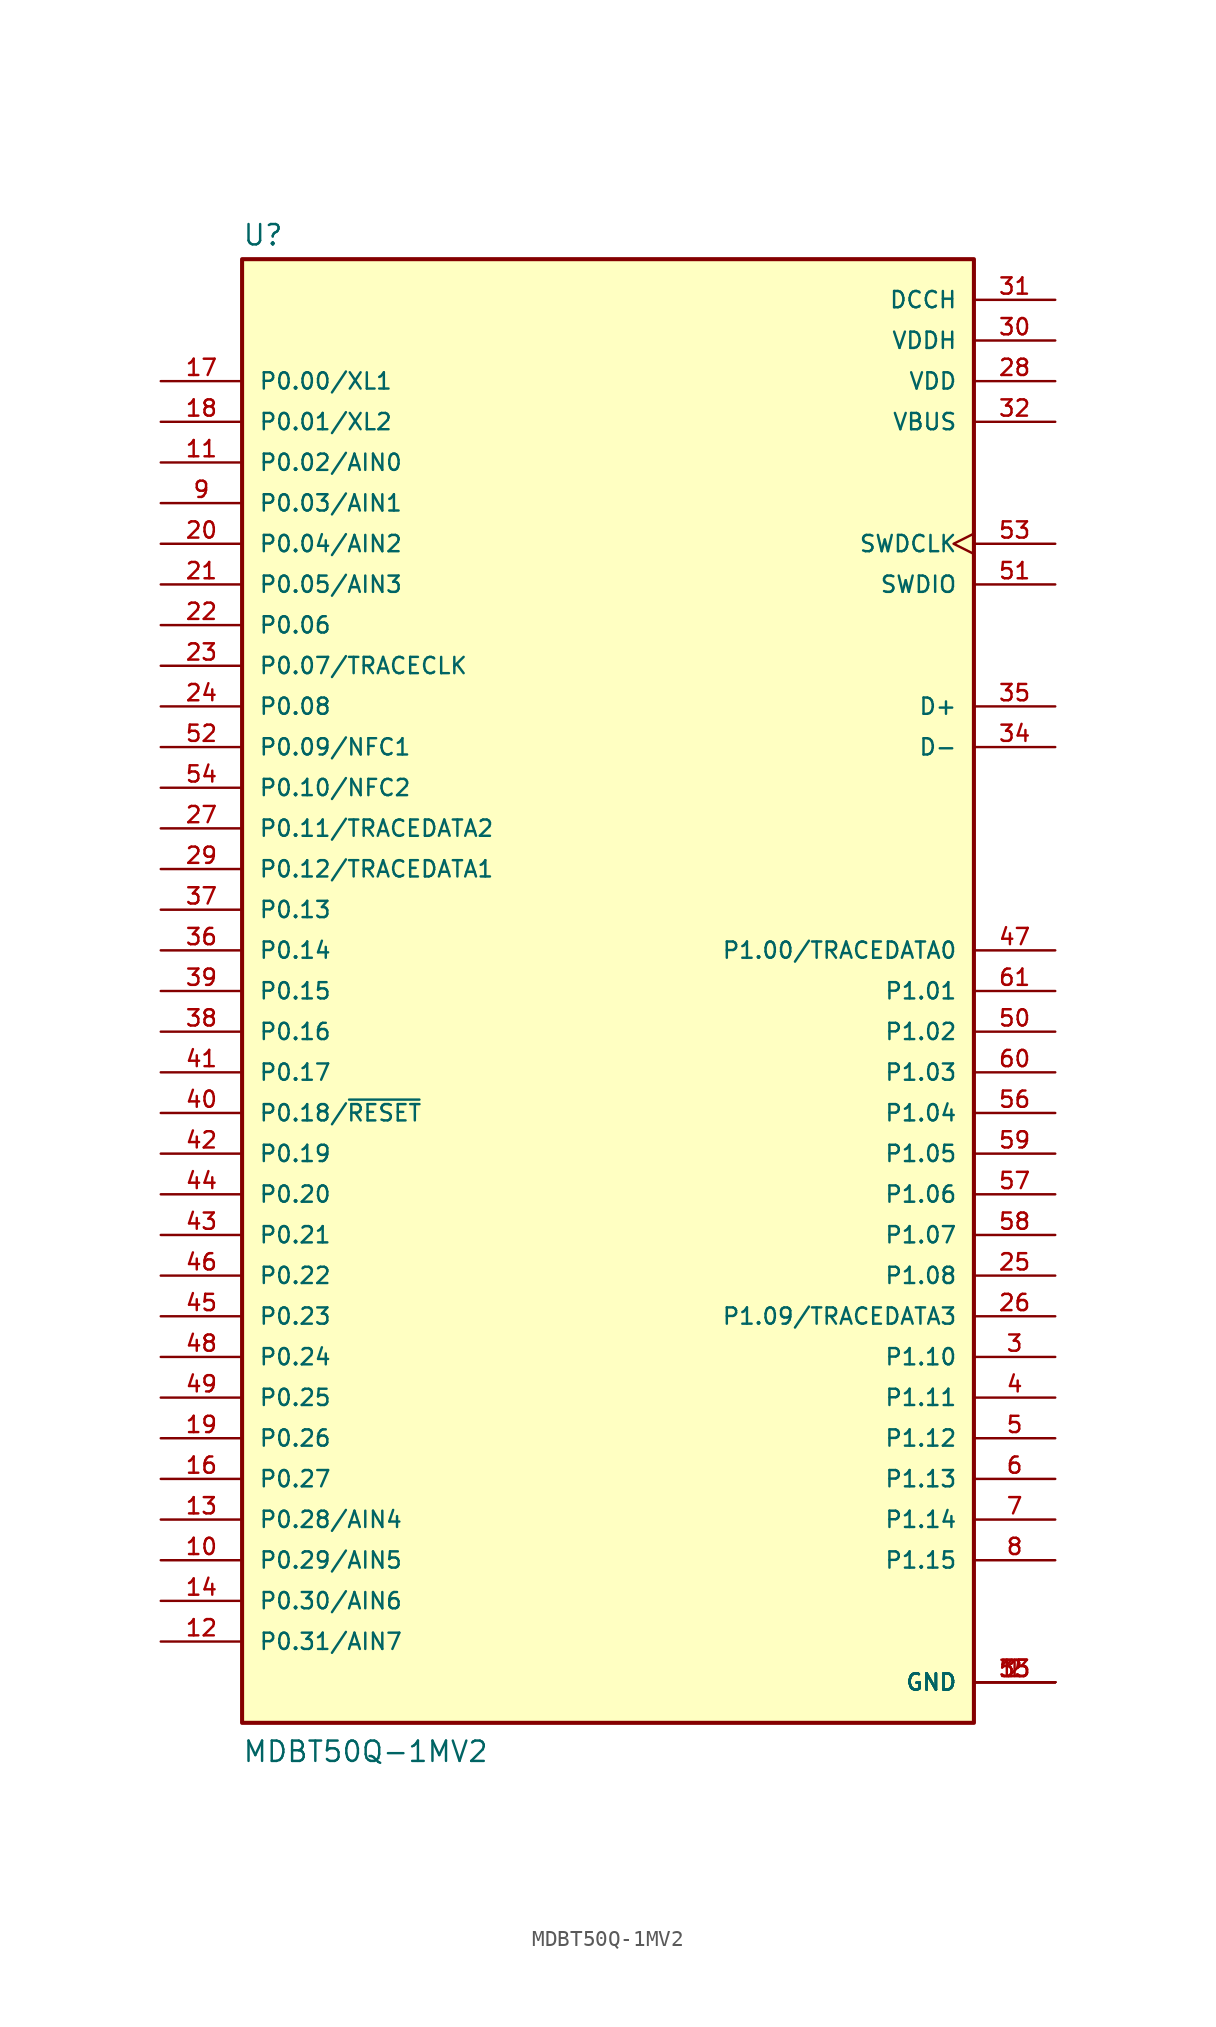
<source format=kicad_sym>
(kicad_symbol_lib
  (version 20231120)
  (generator "kicad_symbol_editor")
  (generator_version "8.0")
  (symbol "MDBT50Q-1MV2"
    (pin_names
      (offset 1.016))
    (property "Reference" "U"
      (at -22.86 46.482 0)
      (effects (font (size 1.27 1.27)) (justify left bottom)))
    (property "Value" "MDBT50Q-1MV2"
      (at -22.86 -48.26 0)
      (effects (font (size 1.27 1.27)) (justify left bottom)))
    (symbol "MDBT50Q-1MV2_0_0"
      (rectangle (start -22.86 -45.72) (end 22.86 45.72) (stroke (width 0.254) (type default)) (fill (type background)))
      (pin power_in line (at 27.94 -43.18 180) (length 5.08) (name "GND" (effects (font (size 1.016 1.016)))) (number "1" (effects (font (size 1.016 1.016)))))
      (pin bidirectional line (at -27.94 -35.56 0) (length 5.08) (name "P0.29/AIN5" (effects (font (size 1.016 1.016)))) (number "10" (effects (font (size 1.016 1.016)))))
      (pin bidirectional line (at -27.94 33.02 0) (length 5.08) (name "P0.02/AIN0" (effects (font (size 1.016 1.016)))) (number "11" (effects (font (size 1.016 1.016)))))
      (pin bidirectional line (at -27.94 -40.64 0) (length 5.08) (name "P0.31/AIN7" (effects (font (size 1.016 1.016)))) (number "12" (effects (font (size 1.016 1.016)))))
      (pin bidirectional line (at -27.94 -33.02 0) (length 5.08) (name "P0.28/AIN4" (effects (font (size 1.016 1.016)))) (number "13" (effects (font (size 1.016 1.016)))))
      (pin bidirectional line (at -27.94 -38.1 0) (length 5.08) (name "P0.30/AIN6" (effects (font (size 1.016 1.016)))) (number "14" (effects (font (size 1.016 1.016)))))
      (pin power_in line (at 27.94 -43.18 180) (length 5.08) (name "GND" (effects (font (size 1.016 1.016)))) (number "15" (effects (font (size 1.016 1.016)))))
      (pin bidirectional line (at -27.94 -30.48 0) (length 5.08) (name "P0.27" (effects (font (size 1.016 1.016)))) (number "16" (effects (font (size 1.016 1.016)))))
      (pin bidirectional line (at -27.94 38.1 0) (length 5.08) (name "P0.00/XL1" (effects (font (size 1.016 1.016)))) (number "17" (effects (font (size 1.016 1.016)))))
      (pin bidirectional line (at -27.94 35.56 0) (length 5.08) (name "P0.01/XL2" (effects (font (size 1.016 1.016)))) (number "18" (effects (font (size 1.016 1.016)))))
      (pin bidirectional line (at -27.94 -27.94 0) (length 5.08) (name "P0.26" (effects (font (size 1.016 1.016)))) (number "19" (effects (font (size 1.016 1.016)))))
      (pin power_in line (at 27.94 -43.18 180) (length 5.08) (name "GND" (effects (font (size 1.016 1.016)))) (number "2" (effects (font (size 1.016 1.016)))))
      (pin bidirectional line (at -27.94 27.94 0) (length 5.08) (name "P0.04/AIN2" (effects (font (size 1.016 1.016)))) (number "20" (effects (font (size 1.016 1.016)))))
      (pin bidirectional line (at -27.94 25.4 0) (length 5.08) (name "P0.05/AIN3" (effects (font (size 1.016 1.016)))) (number "21" (effects (font (size 1.016 1.016)))))
      (pin bidirectional line (at -27.94 22.86 0) (length 5.08) (name "P0.06" (effects (font (size 1.016 1.016)))) (number "22" (effects (font (size 1.016 1.016)))))
      (pin bidirectional line (at -27.94 20.32 0) (length 5.08) (name "P0.07/TRACECLK" (effects (font (size 1.016 1.016)))) (number "23" (effects (font (size 1.016 1.016)))))
      (pin bidirectional line (at -27.94 17.78 0) (length 5.08) (name "P0.08" (effects (font (size 1.016 1.016)))) (number "24" (effects (font (size 1.016 1.016)))))
      (pin bidirectional line (at 27.94 -17.78 180) (length 5.08) (name "P1.08" (effects (font (size 1.016 1.016)))) (number "25" (effects (font (size 1.016 1.016)))))
      (pin bidirectional line (at 27.94 -20.32 180) (length 5.08) (name "P1.09/TRACEDATA3" (effects (font (size 1.016 1.016)))) (number "26" (effects (font (size 1.016 1.016)))))
      (pin bidirectional line (at -27.94 10.16 0) (length 5.08) (name "P0.11/TRACEDATA2" (effects (font (size 1.016 1.016)))) (number "27" (effects (font (size 1.016 1.016)))))
      (pin power_in line (at 27.94 38.1 180) (length 5.08) (name "VDD" (effects (font (size 1.016 1.016)))) (number "28" (effects (font (size 1.016 1.016)))))
      (pin bidirectional line (at -27.94 7.62 0) (length 5.08) (name "P0.12/TRACEDATA1" (effects (font (size 1.016 1.016)))) (number "29" (effects (font (size 1.016 1.016)))))
      (pin bidirectional line (at 27.94 -22.86 180) (length 5.08) (name "P1.10" (effects (font (size 1.016 1.016)))) (number "3" (effects (font (size 1.016 1.016)))))
      (pin power_in line (at 27.94 40.64 180) (length 5.08) (name "VDDH" (effects (font (size 1.016 1.016)))) (number "30" (effects (font (size 1.016 1.016)))))
      (pin power_in line (at 27.94 43.18 180) (length 5.08) (name "DCCH" (effects (font (size 1.016 1.016)))) (number "31" (effects (font (size 1.016 1.016)))))
      (pin power_in line (at 27.94 35.56 180) (length 5.08) (name "VBUS" (effects (font (size 1.016 1.016)))) (number "32" (effects (font (size 1.016 1.016)))))
      (pin power_in line (at 27.94 -43.18 180) (length 5.08) (name "GND" (effects (font (size 1.016 1.016)))) (number "33" (effects (font (size 1.016 1.016)))))
      (pin bidirectional line (at 27.94 15.24 180) (length 5.08) (name "D-" (effects (font (size 1.016 1.016)))) (number "34" (effects (font (size 1.016 1.016)))))
      (pin bidirectional line (at 27.94 17.78 180) (length 5.08) (name "D+" (effects (font (size 1.016 1.016)))) (number "35" (effects (font (size 1.016 1.016)))))
      (pin bidirectional line (at -27.94 2.54 0) (length 5.08) (name "P0.14" (effects (font (size 1.016 1.016)))) (number "36" (effects (font (size 1.016 1.016)))))
      (pin bidirectional line (at -27.94 5.08 0) (length 5.08) (name "P0.13" (effects (font (size 1.016 1.016)))) (number "37" (effects (font (size 1.016 1.016)))))
      (pin bidirectional line (at -27.94 -2.54 0) (length 5.08) (name "P0.16" (effects (font (size 1.016 1.016)))) (number "38" (effects (font (size 1.016 1.016)))))
      (pin bidirectional line (at -27.94 0 0) (length 5.08) (name "P0.15" (effects (font (size 1.016 1.016)))) (number "39" (effects (font (size 1.016 1.016)))))
      (pin bidirectional line (at 27.94 -25.4 180) (length 5.08) (name "P1.11" (effects (font (size 1.016 1.016)))) (number "4" (effects (font (size 1.016 1.016)))))
      (pin bidirectional line (at -27.94 -7.62 0) (length 5.08) (name "P0.18/~{RESET}" (effects (font (size 1.016 1.016)))) (number "40" (effects (font (size 1.016 1.016)))))
      (pin bidirectional line (at -27.94 -5.08 0) (length 5.08) (name "P0.17" (effects (font (size 1.016 1.016)))) (number "41" (effects (font (size 1.016 1.016)))))
      (pin bidirectional line (at -27.94 -10.16 0) (length 5.08) (name "P0.19" (effects (font (size 1.016 1.016)))) (number "42" (effects (font (size 1.016 1.016)))))
      (pin bidirectional line (at -27.94 -15.24 0) (length 5.08) (name "P0.21" (effects (font (size 1.016 1.016)))) (number "43" (effects (font (size 1.016 1.016)))))
      (pin bidirectional line (at -27.94 -12.7 0) (length 5.08) (name "P0.20" (effects (font (size 1.016 1.016)))) (number "44" (effects (font (size 1.016 1.016)))))
      (pin bidirectional line (at -27.94 -20.32 0) (length 5.08) (name "P0.23" (effects (font (size 1.016 1.016)))) (number "45" (effects (font (size 1.016 1.016)))))
      (pin bidirectional line (at -27.94 -17.78 0) (length 5.08) (name "P0.22" (effects (font (size 1.016 1.016)))) (number "46" (effects (font (size 1.016 1.016)))))
      (pin bidirectional line (at 27.94 2.54 180) (length 5.08) (name "P1.00/TRACEDATA0" (effects (font (size 1.016 1.016)))) (number "47" (effects (font (size 1.016 1.016)))))
      (pin bidirectional line (at -27.94 -22.86 0) (length 5.08) (name "P0.24" (effects (font (size 1.016 1.016)))) (number "48" (effects (font (size 1.016 1.016)))))
      (pin bidirectional line (at -27.94 -25.4 0) (length 5.08) (name "P0.25" (effects (font (size 1.016 1.016)))) (number "49" (effects (font (size 1.016 1.016)))))
      (pin bidirectional line (at 27.94 -27.94 180) (length 5.08) (name "P1.12" (effects (font (size 1.016 1.016)))) (number "5" (effects (font (size 1.016 1.016)))))
      (pin bidirectional line (at 27.94 -2.54 180) (length 5.08) (name "P1.02" (effects (font (size 1.016 1.016)))) (number "50" (effects (font (size 1.016 1.016)))))
      (pin bidirectional line (at 27.94 25.4 180) (length 5.08) (name "SWDIO" (effects (font (size 1.016 1.016)))) (number "51" (effects (font (size 1.016 1.016)))))
      (pin bidirectional line (at -27.94 15.24 0) (length 5.08) (name "P0.09/NFC1" (effects (font (size 1.016 1.016)))) (number "52" (effects (font (size 1.016 1.016)))))
      (pin input clock (at 27.94 27.94 180) (length 5.08) (name "SWDCLK" (effects (font (size 1.016 1.016)))) (number "53" (effects (font (size 1.016 1.016)))))
      (pin bidirectional line (at -27.94 12.7 0) (length 5.08) (name "P0.10/NFC2" (effects (font (size 1.016 1.016)))) (number "54" (effects (font (size 1.016 1.016)))))
      (pin power_in line (at 27.94 -43.18 180) (length 5.08) (name "GND" (effects (font (size 1.016 1.016)))) (number "55" (effects (font (size 1.016 1.016)))))
      (pin bidirectional line (at 27.94 -7.62 180) (length 5.08) (name "P1.04" (effects (font (size 1.016 1.016)))) (number "56" (effects (font (size 1.016 1.016)))))
      (pin bidirectional line (at 27.94 -12.7 180) (length 5.08) (name "P1.06" (effects (font (size 1.016 1.016)))) (number "57" (effects (font (size 1.016 1.016)))))
      (pin bidirectional line (at 27.94 -15.24 180) (length 5.08) (name "P1.07" (effects (font (size 1.016 1.016)))) (number "58" (effects (font (size 1.016 1.016)))))
      (pin bidirectional line (at 27.94 -10.16 180) (length 5.08) (name "P1.05" (effects (font (size 1.016 1.016)))) (number "59" (effects (font (size 1.016 1.016)))))
      (pin bidirectional line (at 27.94 -30.48 180) (length 5.08) (name "P1.13" (effects (font (size 1.016 1.016)))) (number "6" (effects (font (size 1.016 1.016)))))
      (pin bidirectional line (at 27.94 -5.08 180) (length 5.08) (name "P1.03" (effects (font (size 1.016 1.016)))) (number "60" (effects (font (size 1.016 1.016)))))
      (pin bidirectional line (at 27.94 0 180) (length 5.08) (name "P1.01" (effects (font (size 1.016 1.016)))) (number "61" (effects (font (size 1.016 1.016)))))
      (pin bidirectional line (at 27.94 -33.02 180) (length 5.08) (name "P1.14" (effects (font (size 1.016 1.016)))) (number "7" (effects (font (size 1.016 1.016)))))
      (pin bidirectional line (at 27.94 -35.56 180) (length 5.08) (name "P1.15" (effects (font (size 1.016 1.016)))) (number "8" (effects (font (size 1.016 1.016)))))
      (pin bidirectional line (at -27.94 30.48 0) (length 5.08) (name "P0.03/AIN1" (effects (font (size 1.016 1.016)))) (number "9" (effects (font (size 1.016 1.016))))))))
</source>
